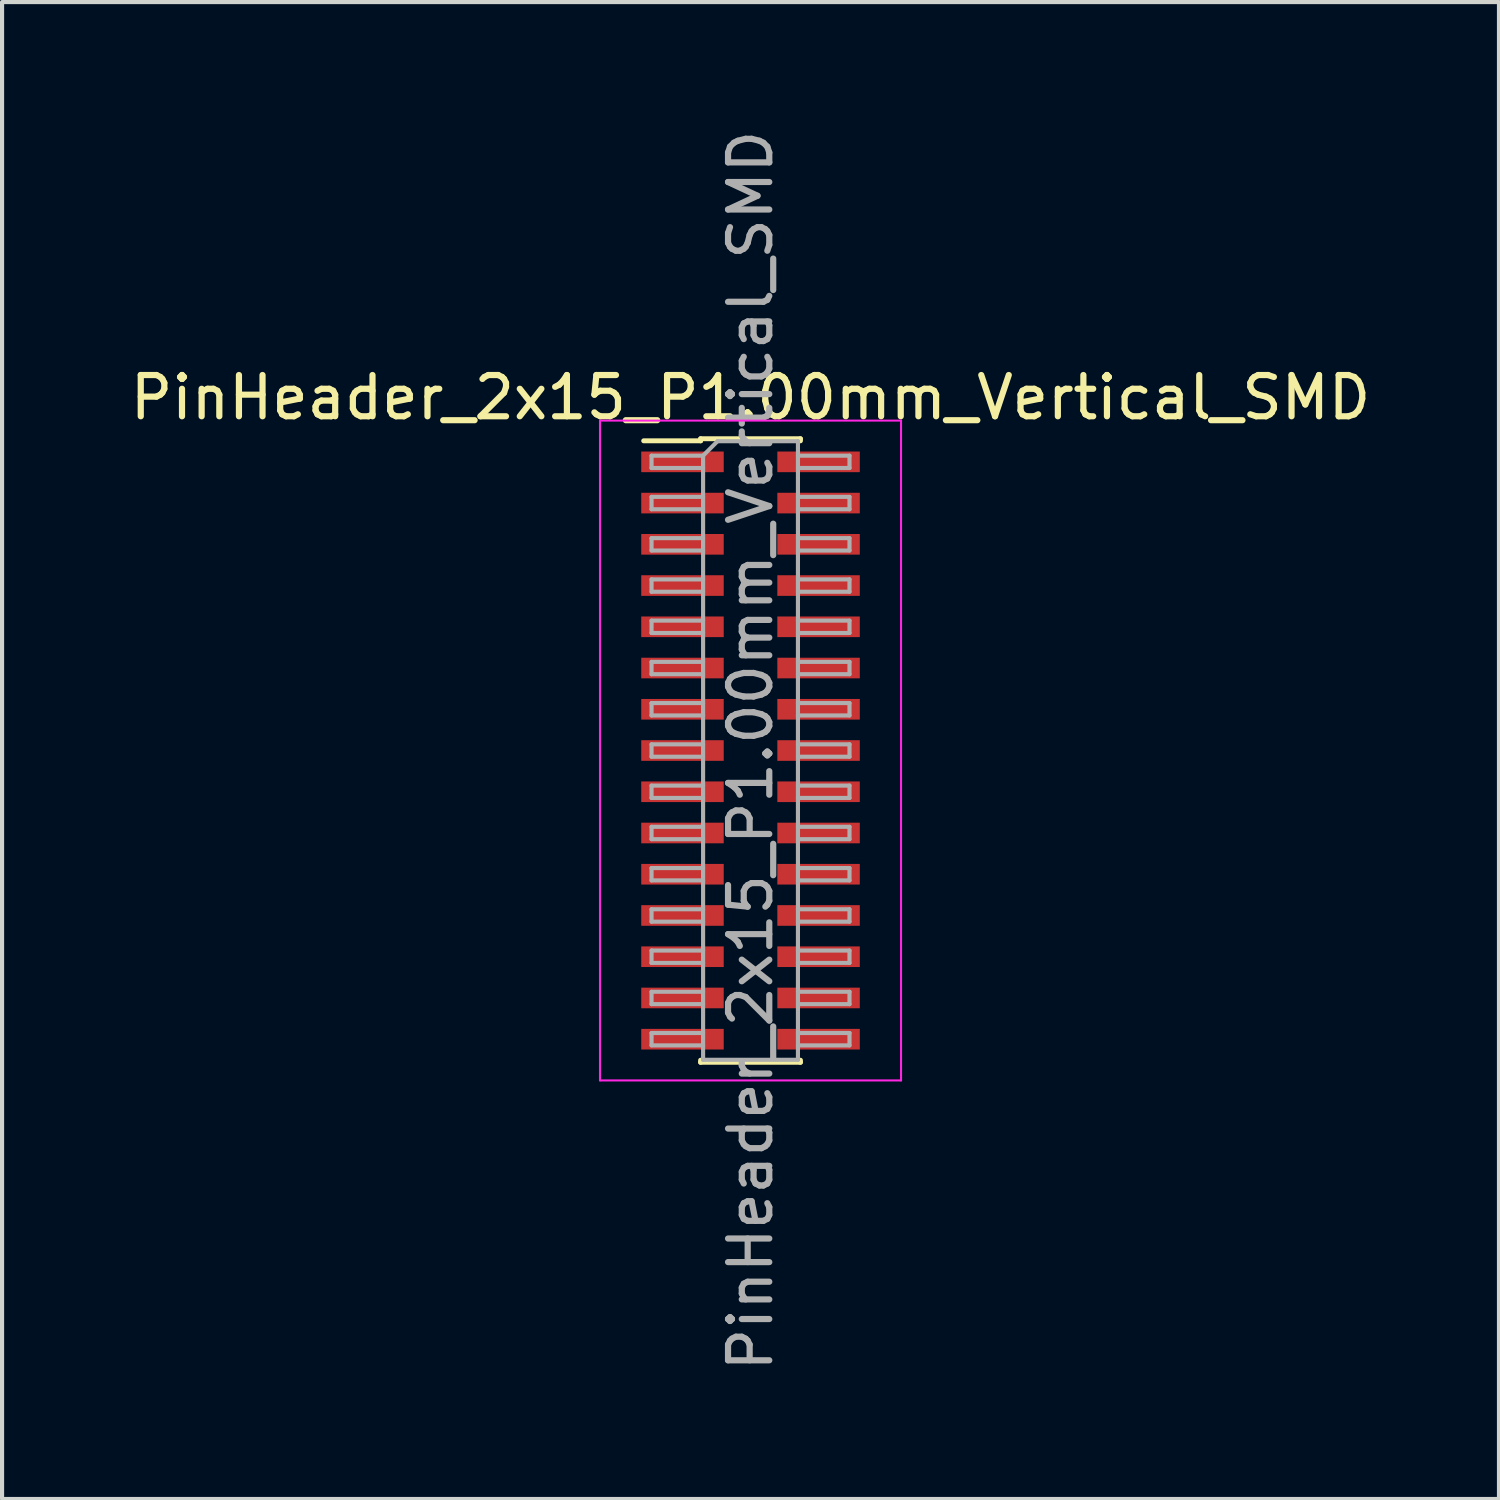
<source format=kicad_pcb>
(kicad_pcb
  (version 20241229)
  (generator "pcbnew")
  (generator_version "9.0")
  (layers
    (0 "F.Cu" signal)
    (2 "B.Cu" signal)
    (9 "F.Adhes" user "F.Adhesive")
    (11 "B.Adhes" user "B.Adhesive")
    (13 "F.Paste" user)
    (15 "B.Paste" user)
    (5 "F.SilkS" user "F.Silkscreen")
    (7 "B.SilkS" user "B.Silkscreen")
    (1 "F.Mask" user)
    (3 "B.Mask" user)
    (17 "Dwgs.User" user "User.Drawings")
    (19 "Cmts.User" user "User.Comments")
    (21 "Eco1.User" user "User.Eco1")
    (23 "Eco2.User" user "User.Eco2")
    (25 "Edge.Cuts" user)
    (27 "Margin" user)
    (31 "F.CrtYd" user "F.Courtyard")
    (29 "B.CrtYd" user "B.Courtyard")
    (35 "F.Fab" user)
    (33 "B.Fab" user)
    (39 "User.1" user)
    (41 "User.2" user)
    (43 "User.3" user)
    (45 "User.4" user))
  (footprint "PinHeader_2x15_P1.00mm_Vertical_SMD"
    (layer "F.Cu")
    (at 15.149 15.149)
    (property "Reference" "PinHeader_2x15_P1.00mm_Vertical_SMD" (at 0 -8.56 0) (layer "F.SilkS") (effects (font (size 1 1) (thickness 0.15))))
    (attr smd)
    (fp_line (start -2.59 -7.51) (end -1.21 -7.51) (stroke (width 0.12) (type solid)) (layer "F.SilkS"))
    (fp_line (start -1.21 -7.56) (end -1.21 -7.51) (stroke (width 0.12) (type solid)) (layer "F.SilkS"))
    (fp_line (start -1.21 -7.56) (end 1.21 -7.56) (stroke (width 0.12) (type solid)) (layer "F.SilkS"))
    (fp_line (start -1.21 7.51) (end -1.21 7.56) (stroke (width 0.12) (type solid)) (layer "F.SilkS"))
    (fp_line (start -1.21 7.56) (end 1.21 7.56) (stroke (width 0.12) (type solid)) (layer "F.SilkS"))
    (fp_line (start 1.21 -7.56) (end 1.21 -7.51) (stroke (width 0.12) (type solid)) (layer "F.SilkS"))
    (fp_line (start 1.21 7.51) (end 1.21 7.56) (stroke (width 0.12) (type solid)) (layer "F.SilkS"))
    (fp_line (start -3.65 -8) (end -3.65 8) (stroke (width 0.05) (type solid)) (layer "F.CrtYd"))
    (fp_line (start -3.65 8) (end 3.65 8) (stroke (width 0.05) (type solid)) (layer "F.CrtYd"))
    (fp_line (start 3.65 -8) (end -3.65 -8) (stroke (width 0.05) (type solid)) (layer "F.CrtYd"))
    (fp_line (start 3.65 8) (end 3.65 -8) (stroke (width 0.05) (type solid)) (layer "F.CrtYd"))
    (fp_line (start -2.4 -7.15) (end -2.4 -6.85) (stroke (width 0.1) (type solid)) (layer "F.Fab"))
    (fp_line (start -2.4 -6.85) (end -1.15 -6.85) (stroke (width 0.1) (type solid)) (layer "F.Fab"))
    (fp_line (start -2.4 -6.15) (end -2.4 -5.85) (stroke (width 0.1) (type solid)) (layer "F.Fab"))
    (fp_line (start -2.4 -5.85) (end -1.15 -5.85) (stroke (width 0.1) (type solid)) (layer "F.Fab"))
    (fp_line (start -2.4 -5.15) (end -2.4 -4.85) (stroke (width 0.1) (type solid)) (layer "F.Fab"))
    (fp_line (start -2.4 -4.85) (end -1.15 -4.85) (stroke (width 0.1) (type solid)) (layer "F.Fab"))
    (fp_line (start -2.4 -4.15) (end -2.4 -3.85) (stroke (width 0.1) (type solid)) (layer "F.Fab"))
    (fp_line (start -2.4 -3.85) (end -1.15 -3.85) (stroke (width 0.1) (type solid)) (layer "F.Fab"))
    (fp_line (start -2.4 -3.15) (end -2.4 -2.85) (stroke (width 0.1) (type solid)) (layer "F.Fab"))
    (fp_line (start -2.4 -2.85) (end -1.15 -2.85) (stroke (width 0.1) (type solid)) (layer "F.Fab"))
    (fp_line (start -2.4 -2.15) (end -2.4 -1.85) (stroke (width 0.1) (type solid)) (layer "F.Fab"))
    (fp_line (start -2.4 -1.85) (end -1.15 -1.85) (stroke (width 0.1) (type solid)) (layer "F.Fab"))
    (fp_line (start -2.4 -1.15) (end -2.4 -0.85) (stroke (width 0.1) (type solid)) (layer "F.Fab"))
    (fp_line (start -2.4 -0.85) (end -1.15 -0.85) (stroke (width 0.1) (type solid)) (layer "F.Fab"))
    (fp_line (start -2.4 -0.15) (end -2.4 0.15) (stroke (width 0.1) (type solid)) (layer "F.Fab"))
    (fp_line (start -2.4 0.15) (end -1.15 0.15) (stroke (width 0.1) (type solid)) (layer "F.Fab"))
    (fp_line (start -2.4 0.85) (end -2.4 1.15) (stroke (width 0.1) (type solid)) (layer "F.Fab"))
    (fp_line (start -2.4 1.15) (end -1.15 1.15) (stroke (width 0.1) (type solid)) (layer "F.Fab"))
    (fp_line (start -2.4 1.85) (end -2.4 2.15) (stroke (width 0.1) (type solid)) (layer "F.Fab"))
    (fp_line (start -2.4 2.15) (end -1.15 2.15) (stroke (width 0.1) (type solid)) (layer "F.Fab"))
    (fp_line (start -2.4 2.85) (end -2.4 3.15) (stroke (width 0.1) (type solid)) (layer "F.Fab"))
    (fp_line (start -2.4 3.15) (end -1.15 3.15) (stroke (width 0.1) (type solid)) (layer "F.Fab"))
    (fp_line (start -2.4 3.85) (end -2.4 4.15) (stroke (width 0.1) (type solid)) (layer "F.Fab"))
    (fp_line (start -2.4 4.15) (end -1.15 4.15) (stroke (width 0.1) (type solid)) (layer "F.Fab"))
    (fp_line (start -2.4 4.85) (end -2.4 5.15) (stroke (width 0.1) (type solid)) (layer "F.Fab"))
    (fp_line (start -2.4 5.15) (end -1.15 5.15) (stroke (width 0.1) (type solid)) (layer "F.Fab"))
    (fp_line (start -2.4 5.85) (end -2.4 6.15) (stroke (width 0.1) (type solid)) (layer "F.Fab"))
    (fp_line (start -2.4 6.15) (end -1.15 6.15) (stroke (width 0.1) (type solid)) (layer "F.Fab"))
    (fp_line (start -2.4 6.85) (end -2.4 7.15) (stroke (width 0.1) (type solid)) (layer "F.Fab"))
    (fp_line (start -2.4 7.15) (end -1.15 7.15) (stroke (width 0.1) (type solid)) (layer "F.Fab"))
    (fp_line (start -1.15 -7.15) (end -2.4 -7.15) (stroke (width 0.1) (type solid)) (layer "F.Fab"))
    (fp_line (start -1.15 -7.15) (end -0.8 -7.5) (stroke (width 0.1) (type solid)) (layer "F.Fab"))
    (fp_line (start -1.15 -6.15) (end -2.4 -6.15) (stroke (width 0.1) (type solid)) (layer "F.Fab"))
    (fp_line (start -1.15 -5.15) (end -2.4 -5.15) (stroke (width 0.1) (type solid)) (layer "F.Fab"))
    (fp_line (start -1.15 -4.15) (end -2.4 -4.15) (stroke (width 0.1) (type solid)) (layer "F.Fab"))
    (fp_line (start -1.15 -3.15) (end -2.4 -3.15) (stroke (width 0.1) (type solid)) (layer "F.Fab"))
    (fp_line (start -1.15 -2.15) (end -2.4 -2.15) (stroke (width 0.1) (type solid)) (layer "F.Fab"))
    (fp_line (start -1.15 -1.15) (end -2.4 -1.15) (stroke (width 0.1) (type solid)) (layer "F.Fab"))
    (fp_line (start -1.15 -0.15) (end -2.4 -0.15) (stroke (width 0.1) (type solid)) (layer "F.Fab"))
    (fp_line (start -1.15 0.85) (end -2.4 0.85) (stroke (width 0.1) (type solid)) (layer "F.Fab"))
    (fp_line (start -1.15 1.85) (end -2.4 1.85) (stroke (width 0.1) (type solid)) (layer "F.Fab"))
    (fp_line (start -1.15 2.85) (end -2.4 2.85) (stroke (width 0.1) (type solid)) (layer "F.Fab"))
    (fp_line (start -1.15 3.85) (end -2.4 3.85) (stroke (width 0.1) (type solid)) (layer "F.Fab"))
    (fp_line (start -1.15 4.85) (end -2.4 4.85) (stroke (width 0.1) (type solid)) (layer "F.Fab"))
    (fp_line (start -1.15 5.85) (end -2.4 5.85) (stroke (width 0.1) (type solid)) (layer "F.Fab"))
    (fp_line (start -1.15 6.85) (end -2.4 6.85) (stroke (width 0.1) (type solid)) (layer "F.Fab"))
    (fp_line (start -1.15 7.5) (end -1.15 -7.15) (stroke (width 0.1) (type solid)) (layer "F.Fab"))
    (fp_line (start -0.8 -7.5) (end 1.15 -7.5) (stroke (width 0.1) (type solid)) (layer "F.Fab"))
    (fp_line (start 1.15 -7.5) (end 1.15 7.5) (stroke (width 0.1) (type solid)) (layer "F.Fab"))
    (fp_line (start 1.15 -7.15) (end 2.4 -7.15) (stroke (width 0.1) (type solid)) (layer "F.Fab"))
    (fp_line (start 1.15 -6.15) (end 2.4 -6.15) (stroke (width 0.1) (type solid)) (layer "F.Fab"))
    (fp_line (start 1.15 -5.15) (end 2.4 -5.15) (stroke (width 0.1) (type solid)) (layer "F.Fab"))
    (fp_line (start 1.15 -4.15) (end 2.4 -4.15) (stroke (width 0.1) (type solid)) (layer "F.Fab"))
    (fp_line (start 1.15 -3.15) (end 2.4 -3.15) (stroke (width 0.1) (type solid)) (layer "F.Fab"))
    (fp_line (start 1.15 -2.15) (end 2.4 -2.15) (stroke (width 0.1) (type solid)) (layer "F.Fab"))
    (fp_line (start 1.15 -1.15) (end 2.4 -1.15) (stroke (width 0.1) (type solid)) (layer "F.Fab"))
    (fp_line (start 1.15 -0.15) (end 2.4 -0.15) (stroke (width 0.1) (type solid)) (layer "F.Fab"))
    (fp_line (start 1.15 0.85) (end 2.4 0.85) (stroke (width 0.1) (type solid)) (layer "F.Fab"))
    (fp_line (start 1.15 1.85) (end 2.4 1.85) (stroke (width 0.1) (type solid)) (layer "F.Fab"))
    (fp_line (start 1.15 2.85) (end 2.4 2.85) (stroke (width 0.1) (type solid)) (layer "F.Fab"))
    (fp_line (start 1.15 3.85) (end 2.4 3.85) (stroke (width 0.1) (type solid)) (layer "F.Fab"))
    (fp_line (start 1.15 4.85) (end 2.4 4.85) (stroke (width 0.1) (type solid)) (layer "F.Fab"))
    (fp_line (start 1.15 5.85) (end 2.4 5.85) (stroke (width 0.1) (type solid)) (layer "F.Fab"))
    (fp_line (start 1.15 6.85) (end 2.4 6.85) (stroke (width 0.1) (type solid)) (layer "F.Fab"))
    (fp_line (start 1.15 7.5) (end -1.15 7.5) (stroke (width 0.1) (type solid)) (layer "F.Fab"))
    (fp_line (start 2.4 -7.15) (end 2.4 -6.85) (stroke (width 0.1) (type solid)) (layer "F.Fab"))
    (fp_line (start 2.4 -6.85) (end 1.15 -6.85) (stroke (width 0.1) (type solid)) (layer "F.Fab"))
    (fp_line (start 2.4 -6.15) (end 2.4 -5.85) (stroke (width 0.1) (type solid)) (layer "F.Fab"))
    (fp_line (start 2.4 -5.85) (end 1.15 -5.85) (stroke (width 0.1) (type solid)) (layer "F.Fab"))
    (fp_line (start 2.4 -5.15) (end 2.4 -4.85) (stroke (width 0.1) (type solid)) (layer "F.Fab"))
    (fp_line (start 2.4 -4.85) (end 1.15 -4.85) (stroke (width 0.1) (type solid)) (layer "F.Fab"))
    (fp_line (start 2.4 -4.15) (end 2.4 -3.85) (stroke (width 0.1) (type solid)) (layer "F.Fab"))
    (fp_line (start 2.4 -3.85) (end 1.15 -3.85) (stroke (width 0.1) (type solid)) (layer "F.Fab"))
    (fp_line (start 2.4 -3.15) (end 2.4 -2.85) (stroke (width 0.1) (type solid)) (layer "F.Fab"))
    (fp_line (start 2.4 -2.85) (end 1.15 -2.85) (stroke (width 0.1) (type solid)) (layer "F.Fab"))
    (fp_line (start 2.4 -2.15) (end 2.4 -1.85) (stroke (width 0.1) (type solid)) (layer "F.Fab"))
    (fp_line (start 2.4 -1.85) (end 1.15 -1.85) (stroke (width 0.1) (type solid)) (layer "F.Fab"))
    (fp_line (start 2.4 -1.15) (end 2.4 -0.85) (stroke (width 0.1) (type solid)) (layer "F.Fab"))
    (fp_line (start 2.4 -0.85) (end 1.15 -0.85) (stroke (width 0.1) (type solid)) (layer "F.Fab"))
    (fp_line (start 2.4 -0.15) (end 2.4 0.15) (stroke (width 0.1) (type solid)) (layer "F.Fab"))
    (fp_line (start 2.4 0.15) (end 1.15 0.15) (stroke (width 0.1) (type solid)) (layer "F.Fab"))
    (fp_line (start 2.4 0.85) (end 2.4 1.15) (stroke (width 0.1) (type solid)) (layer "F.Fab"))
    (fp_line (start 2.4 1.15) (end 1.15 1.15) (stroke (width 0.1) (type solid)) (layer "F.Fab"))
    (fp_line (start 2.4 1.85) (end 2.4 2.15) (stroke (width 0.1) (type solid)) (layer "F.Fab"))
    (fp_line (start 2.4 2.15) (end 1.15 2.15) (stroke (width 0.1) (type solid)) (layer "F.Fab"))
    (fp_line (start 2.4 2.85) (end 2.4 3.15) (stroke (width 0.1) (type solid)) (layer "F.Fab"))
    (fp_line (start 2.4 3.15) (end 1.15 3.15) (stroke (width 0.1) (type solid)) (layer "F.Fab"))
    (fp_line (start 2.4 3.85) (end 2.4 4.15) (stroke (width 0.1) (type solid)) (layer "F.Fab"))
    (fp_line (start 2.4 4.15) (end 1.15 4.15) (stroke (width 0.1) (type solid)) (layer "F.Fab"))
    (fp_line (start 2.4 4.85) (end 2.4 5.15) (stroke (width 0.1) (type solid)) (layer "F.Fab"))
    (fp_line (start 2.4 5.15) (end 1.15 5.15) (stroke (width 0.1) (type solid)) (layer "F.Fab"))
    (fp_line (start 2.4 5.85) (end 2.4 6.15) (stroke (width 0.1) (type solid)) (layer "F.Fab"))
    (fp_line (start 2.4 6.15) (end 1.15 6.15) (stroke (width 0.1) (type solid)) (layer "F.Fab"))
    (fp_line (start 2.4 6.85) (end 2.4 7.15) (stroke (width 0.1) (type solid)) (layer "F.Fab"))
    (fp_line (start 2.4 7.15) (end 1.15 7.15) (stroke (width 0.1) (type solid)) (layer "F.Fab"))
    (fp_text user "${REFERENCE}" (at 0 0 90) (layer "F.Fab") (effects (font (size 1 1) (thickness 0.15))))
    (pad "1" smd rect (at -1.65 -7) (size 2 0.5) (layers "F.Cu" "F.Mask" "F.Paste"))
    (pad "2" smd rect (at 1.65 -7) (size 2 0.5) (layers "F.Cu" "F.Mask" "F.Paste"))
    (pad "3" smd rect (at -1.65 -6) (size 2 0.5) (layers "F.Cu" "F.Mask" "F.Paste"))
    (pad "4" smd rect (at 1.65 -6) (size 2 0.5) (layers "F.Cu" "F.Mask" "F.Paste"))
    (pad "5" smd rect (at -1.65 -5) (size 2 0.5) (layers "F.Cu" "F.Mask" "F.Paste"))
    (pad "6" smd rect (at 1.65 -5) (size 2 0.5) (layers "F.Cu" "F.Mask" "F.Paste"))
    (pad "7" smd rect (at -1.65 -4) (size 2 0.5) (layers "F.Cu" "F.Mask" "F.Paste"))
    (pad "8" smd rect (at 1.65 -4) (size 2 0.5) (layers "F.Cu" "F.Mask" "F.Paste"))
    (pad "9" smd rect (at -1.65 -3) (size 2 0.5) (layers "F.Cu" "F.Mask" "F.Paste"))
    (pad "10" smd rect (at 1.65 -3) (size 2 0.5) (layers "F.Cu" "F.Mask" "F.Paste"))
    (pad "11" smd rect (at -1.65 -2) (size 2 0.5) (layers "F.Cu" "F.Mask" "F.Paste"))
    (pad "12" smd rect (at 1.65 -2) (size 2 0.5) (layers "F.Cu" "F.Mask" "F.Paste"))
    (pad "13" smd rect (at -1.65 -1) (size 2 0.5) (layers "F.Cu" "F.Mask" "F.Paste"))
    (pad "14" smd rect (at 1.65 -1) (size 2 0.5) (layers "F.Cu" "F.Mask" "F.Paste"))
    (pad "15" smd rect (at -1.65 0) (size 2 0.5) (layers "F.Cu" "F.Mask" "F.Paste"))
    (pad "16" smd rect (at 1.65 0) (size 2 0.5) (layers "F.Cu" "F.Mask" "F.Paste"))
    (pad "17" smd rect (at -1.65 1) (size 2 0.5) (layers "F.Cu" "F.Mask" "F.Paste"))
    (pad "18" smd rect (at 1.65 1) (size 2 0.5) (layers "F.Cu" "F.Mask" "F.Paste"))
    (pad "19" smd rect (at -1.65 2) (size 2 0.5) (layers "F.Cu" "F.Mask" "F.Paste"))
    (pad "20" smd rect (at 1.65 2) (size 2 0.5) (layers "F.Cu" "F.Mask" "F.Paste"))
    (pad "21" smd rect (at -1.65 3) (size 2 0.5) (layers "F.Cu" "F.Mask" "F.Paste"))
    (pad "22" smd rect (at 1.65 3) (size 2 0.5) (layers "F.Cu" "F.Mask" "F.Paste"))
    (pad "23" smd rect (at -1.65 4) (size 2 0.5) (layers "F.Cu" "F.Mask" "F.Paste"))
    (pad "24" smd rect (at 1.65 4) (size 2 0.5) (layers "F.Cu" "F.Mask" "F.Paste"))
    (pad "25" smd rect (at -1.65 5) (size 2 0.5) (layers "F.Cu" "F.Mask" "F.Paste"))
    (pad "26" smd rect (at 1.65 5) (size 2 0.5) (layers "F.Cu" "F.Mask" "F.Paste"))
    (pad "27" smd rect (at -1.65 6) (size 2 0.5) (layers "F.Cu" "F.Mask" "F.Paste"))
    (pad "28" smd rect (at 1.65 6) (size 2 0.5) (layers "F.Cu" "F.Mask" "F.Paste"))
    (pad "29" smd rect (at -1.65 7) (size 2 0.5) (layers "F.Cu" "F.Mask" "F.Paste"))
    (pad "30" smd rect (at 1.65 7) (size 2 0.5) (layers "F.Cu" "F.Mask" "F.Paste")))
  (gr_rect
    (start -3 -3)
    (end 33.298 33.298)
    (stroke (width 0.1) (type default))
    (fill no)
    (layer "Edge.Cuts")))
</source>
